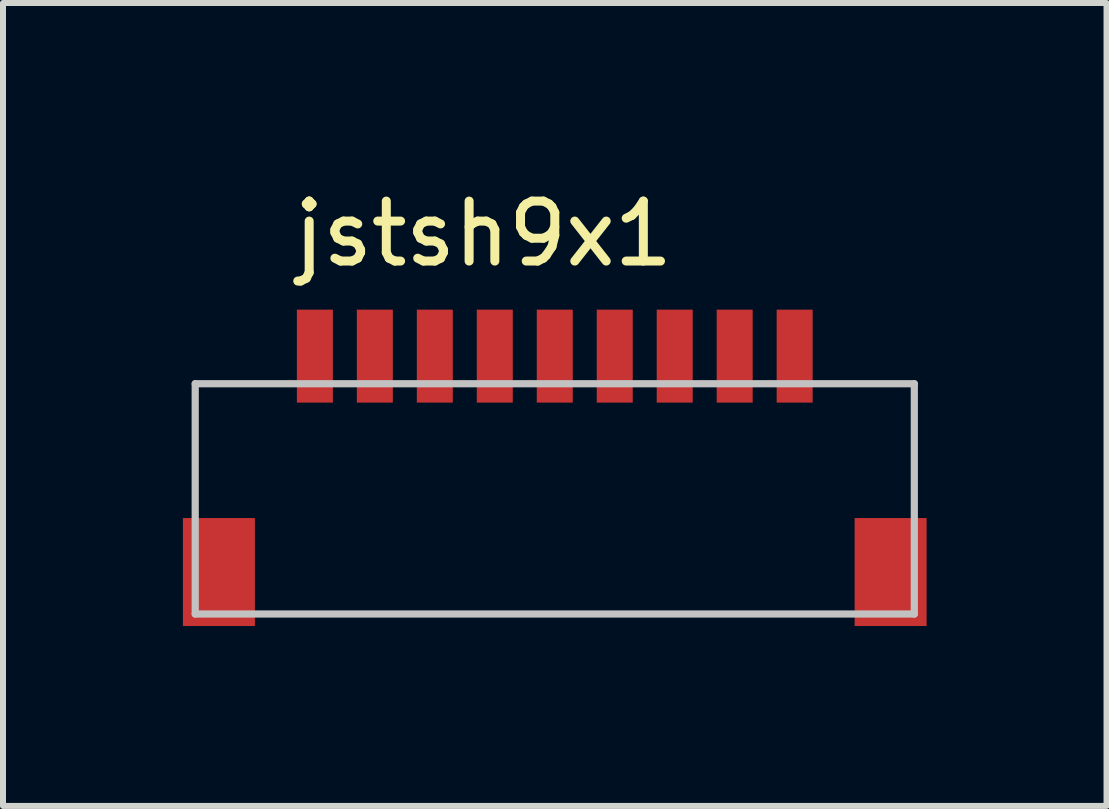
<source format=kicad_pcb>
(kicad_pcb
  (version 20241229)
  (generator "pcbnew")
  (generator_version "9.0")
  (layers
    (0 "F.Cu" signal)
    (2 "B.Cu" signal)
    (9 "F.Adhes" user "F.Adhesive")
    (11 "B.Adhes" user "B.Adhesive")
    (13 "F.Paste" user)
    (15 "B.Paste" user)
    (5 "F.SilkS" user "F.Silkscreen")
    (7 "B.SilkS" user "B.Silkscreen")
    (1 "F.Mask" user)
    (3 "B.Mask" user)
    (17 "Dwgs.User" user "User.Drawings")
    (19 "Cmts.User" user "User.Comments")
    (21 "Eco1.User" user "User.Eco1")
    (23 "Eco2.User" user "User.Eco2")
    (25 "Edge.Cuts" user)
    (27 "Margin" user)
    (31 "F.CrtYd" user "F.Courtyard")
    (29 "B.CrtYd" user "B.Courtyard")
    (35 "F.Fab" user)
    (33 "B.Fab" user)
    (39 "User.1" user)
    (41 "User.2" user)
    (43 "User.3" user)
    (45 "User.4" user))
  (footprint "jstsh9x1"
    (layer "F.Cu")
    (at 5.01 0.348)
    (property "Reference" "jstsh9x1" (at 0 0.5 0) (layer "F.SilkS") (effects (font (size 1 1) (thickness 0.15))))
    (attr through_hole)
    (fp_line (start -4.805 3) (end 7.185 3) (stroke (width 0.12) (type solid)) (layer "Dwgs.User"))
    (fp_line (start -4.805 6.84) (end -4.805 3) (stroke (width 0.12) (type solid)) (layer "Dwgs.User"))
    (fp_line (start -4.805 6.84) (end 7.185 6.84) (stroke (width 0.12) (type solid)) (layer "Dwgs.User"))
    (fp_line (start 7.185 3) (end 7.185 6.84) (stroke (width 0.12) (type solid)) (layer "Dwgs.User"))
    (pad "1" smd rect (at -2.81 2.54) (size 0.6 1.55) (layers "F.Cu" "F.Mask" "F.Paste"))
    (pad "2" smd rect (at -1.81 2.54) (size 0.6 1.55) (layers "F.Cu" "F.Mask" "F.Paste"))
    (pad "3" smd rect (at -0.81 2.54) (size 0.6 1.55) (layers "F.Cu" "F.Mask" "F.Paste"))
    (pad "4" smd rect (at 0.19 2.54) (size 0.6 1.55) (layers "F.Cu" "F.Mask" "F.Paste"))
    (pad "5" smd rect (at 1.19 2.54) (size 0.6 1.55) (layers "F.Cu" "F.Mask" "F.Paste"))
    (pad "6" smd rect (at 2.19 2.54) (size 0.6 1.55) (layers "F.Cu" "F.Mask" "F.Paste"))
    (pad "7" smd rect (at 3.19 2.54) (size 0.6 1.55) (layers "F.Cu" "F.Mask" "F.Paste"))
    (pad "8" smd rect (at 4.19 2.54) (size 0.6 1.55) (layers "F.Cu" "F.Mask" "F.Paste"))
    (pad "9" smd rect (at 5.19 2.54) (size 0.6 1.55) (layers "F.Cu" "F.Mask" "F.Paste"))
    (pad "10" smd rect (at -4.41 6.14) (size 1.2 1.8) (layers "F.Cu" "F.Mask" "F.Paste"))
    (pad "10" smd rect (at 6.79 6.14) (size 1.2 1.8) (layers "F.Cu" "F.Mask" "F.Paste")))
  (gr_rect
    (start -3 -3)
    (end 15.4 10.388)
    (stroke (width 0.1) (type default))
    (fill no)
    (layer "Edge.Cuts")))
</source>
